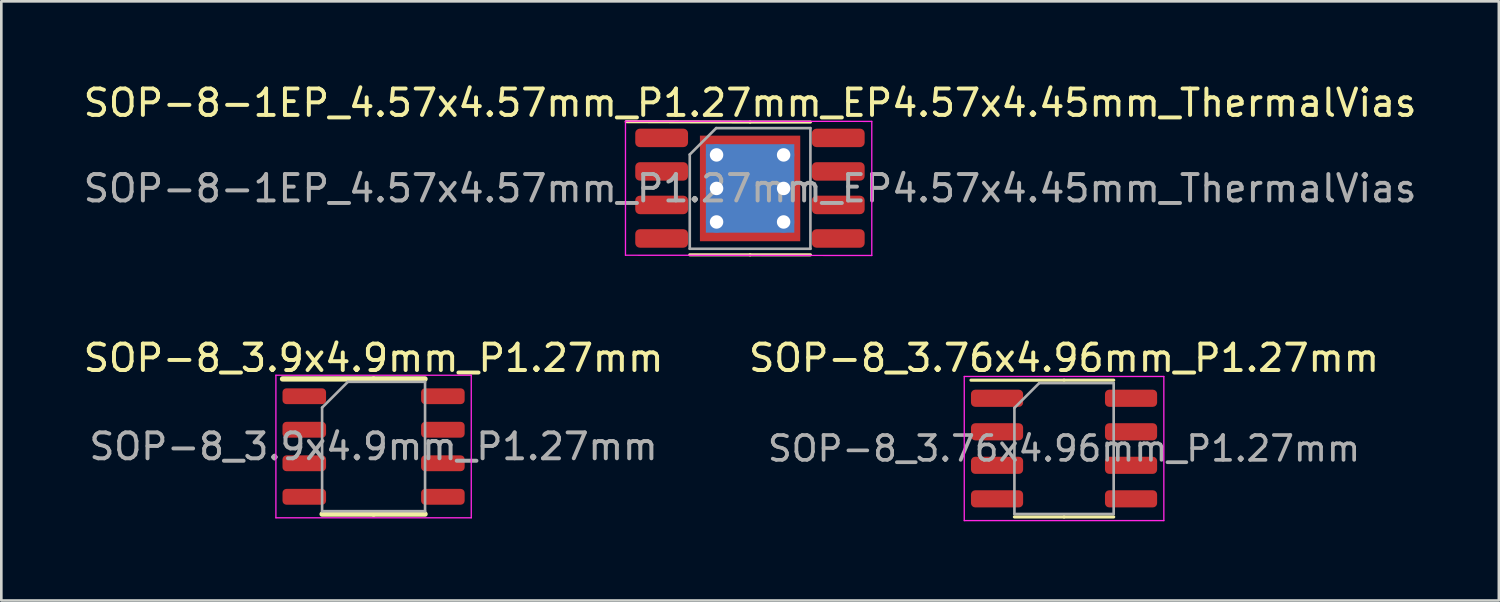
<source format=kicad_pcb>
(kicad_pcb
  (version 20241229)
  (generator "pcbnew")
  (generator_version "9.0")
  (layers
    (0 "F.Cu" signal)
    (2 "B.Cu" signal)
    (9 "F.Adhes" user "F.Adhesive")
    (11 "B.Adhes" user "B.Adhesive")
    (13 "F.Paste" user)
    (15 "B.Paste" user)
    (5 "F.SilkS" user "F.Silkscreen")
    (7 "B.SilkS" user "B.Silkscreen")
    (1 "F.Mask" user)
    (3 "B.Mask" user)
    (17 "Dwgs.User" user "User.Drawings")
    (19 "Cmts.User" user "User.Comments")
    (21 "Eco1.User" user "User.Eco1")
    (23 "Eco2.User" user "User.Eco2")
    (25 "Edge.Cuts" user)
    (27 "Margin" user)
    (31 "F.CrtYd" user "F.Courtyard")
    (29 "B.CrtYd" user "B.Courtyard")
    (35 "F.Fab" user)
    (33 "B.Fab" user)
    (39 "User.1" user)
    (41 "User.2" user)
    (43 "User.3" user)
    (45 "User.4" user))
  (footprint "SOP-8_3.9x4.9mm_P1.27mm"
    (layer "F.Cu")
    (at 11.101 13.864)
    (property "Reference" "SOP-8_3.9x4.9mm_P1.27mm" (at 0 -3.353 0) (layer "F.SilkS") (effects (font (size 1 1) (thickness 0.15))))
    (attr smd)
    (fp_line (start 0 -2.56) (end -3.45 -2.56) (stroke (width 0.2) (type solid)) (layer "F.SilkS"))
    (fp_line (start 0 -2.56) (end 1.95 -2.56) (stroke (width 0.2) (type solid)) (layer "F.SilkS"))
    (fp_line (start 0 2.56) (end -1.95 2.56) (stroke (width 0.2) (type solid)) (layer "F.SilkS"))
    (fp_line (start 0 2.56) (end 1.95 2.56) (stroke (width 0.2) (type solid)) (layer "F.SilkS"))
    (fp_line (start -3.7 -2.7) (end -3.7 2.7) (stroke (width 0.05) (type solid)) (layer "F.CrtYd"))
    (fp_line (start -3.7 2.7) (end 3.7 2.7) (stroke (width 0.05) (type solid)) (layer "F.CrtYd"))
    (fp_line (start 3.7 -2.7) (end -3.7 -2.7) (stroke (width 0.05) (type solid)) (layer "F.CrtYd"))
    (fp_line (start 3.7 2.7) (end 3.7 -2.7) (stroke (width 0.05) (type solid)) (layer "F.CrtYd"))
    (fp_line (start -1.95 -1.475) (end -0.975 -2.45) (stroke (width 0.1) (type solid)) (layer "F.Fab"))
    (fp_line (start -1.95 2.45) (end -1.95 -1.475) (stroke (width 0.1) (type solid)) (layer "F.Fab"))
    (fp_line (start -0.975 -2.45) (end 1.95 -2.45) (stroke (width 0.1) (type solid)) (layer "F.Fab"))
    (fp_line (start 1.95 -2.45) (end 1.95 2.45) (stroke (width 0.1) (type solid)) (layer "F.Fab"))
    (fp_line (start 1.95 2.45) (end -1.95 2.45) (stroke (width 0.1) (type solid)) (layer "F.Fab"))
    (fp_text user "${REFERENCE}" (at 0 0 0) (layer "F.Fab") (effects (font (size 0.98 0.98) (thickness 0.15))))
    (pad "1" smd roundrect (at -2.625 -1.905) (size 1.65 0.6) (layers "F.Cu" "F.Mask" "F.Paste") (roundrect_rratio 0.25))
    (pad "2" smd roundrect (at -2.625 -0.635) (size 1.65 0.6) (layers "F.Cu" "F.Mask" "F.Paste") (roundrect_rratio 0.25))
    (pad "3" smd roundrect (at -2.625 0.635) (size 1.65 0.6) (layers "F.Cu" "F.Mask" "F.Paste") (roundrect_rratio 0.25))
    (pad "4" smd roundrect (at -2.625 1.905) (size 1.65 0.6) (layers "F.Cu" "F.Mask" "F.Paste") (roundrect_rratio 0.25))
    (pad "5" smd roundrect (at 2.625 1.905) (size 1.65 0.6) (layers "F.Cu" "F.Mask" "F.Paste") (roundrect_rratio 0.25))
    (pad "6" smd roundrect (at 2.625 0.635) (size 1.65 0.6) (layers "F.Cu" "F.Mask" "F.Paste") (roundrect_rratio 0.25))
    (pad "7" smd roundrect (at 2.625 -0.635) (size 1.65 0.6) (layers "F.Cu" "F.Mask" "F.Paste") (roundrect_rratio 0.25))
    (pad "8" smd roundrect (at 2.625 -1.905) (size 1.65 0.6) (layers "F.Cu" "F.Mask" "F.Paste") (roundrect_rratio 0.25)))
  (footprint "SOP-8_3.76x4.96mm_P1.27mm"
    (layer "F.Cu")
    (at 37.256 13.941)
    (property "Reference" "SOP-8_3.76x4.96mm_P1.27mm" (at 0 -3.43 0) (layer "F.SilkS") (effects (font (size 1 1) (thickness 0.15))))
    (attr smd)
    (fp_line (start 0 -2.59) (end -3.525 -2.59) (stroke (width 0.12) (type solid)) (layer "F.SilkS"))
    (fp_line (start 0 -2.59) (end 1.88 -2.59) (stroke (width 0.12) (type solid)) (layer "F.SilkS"))
    (fp_line (start 0 2.59) (end -1.88 2.59) (stroke (width 0.12) (type solid)) (layer "F.SilkS"))
    (fp_line (start 0 2.59) (end 1.88 2.59) (stroke (width 0.12) (type solid)) (layer "F.SilkS"))
    (fp_line (start -3.78 -2.73) (end -3.78 2.73) (stroke (width 0.05) (type solid)) (layer "F.CrtYd"))
    (fp_line (start -3.78 2.73) (end 3.78 2.73) (stroke (width 0.05) (type solid)) (layer "F.CrtYd"))
    (fp_line (start 3.78 -2.73) (end -3.78 -2.73) (stroke (width 0.05) (type solid)) (layer "F.CrtYd"))
    (fp_line (start 3.78 2.73) (end 3.78 -2.73) (stroke (width 0.05) (type solid)) (layer "F.CrtYd"))
    (fp_line (start -1.88 -1.54) (end -0.94 -2.48) (stroke (width 0.1) (type solid)) (layer "F.Fab"))
    (fp_line (start -1.88 2.48) (end -1.88 -1.54) (stroke (width 0.1) (type solid)) (layer "F.Fab"))
    (fp_line (start -0.94 -2.48) (end 1.88 -2.48) (stroke (width 0.1) (type solid)) (layer "F.Fab"))
    (fp_line (start 1.88 -2.48) (end 1.88 2.48) (stroke (width 0.1) (type solid)) (layer "F.Fab"))
    (fp_line (start 1.88 2.48) (end -1.88 2.48) (stroke (width 0.1) (type solid)) (layer "F.Fab"))
    (fp_text user "${REFERENCE}" (at 0 0 0) (layer "F.Fab") (effects (font (size 0.94 0.94) (thickness 0.14))))
    (pad "1" smd roundrect (at -2.538 -1.905) (size 1.975 0.65) (layers "F.Cu" "F.Mask" "F.Paste") (roundrect_rratio 0.25))
    (pad "2" smd roundrect (at -2.538 -0.635) (size 1.975 0.65) (layers "F.Cu" "F.Mask" "F.Paste") (roundrect_rratio 0.25))
    (pad "3" smd roundrect (at -2.538 0.635) (size 1.975 0.65) (layers "F.Cu" "F.Mask" "F.Paste") (roundrect_rratio 0.25))
    (pad "4" smd roundrect (at -2.538 1.905) (size 1.975 0.65) (layers "F.Cu" "F.Mask" "F.Paste") (roundrect_rratio 0.25))
    (pad "5" smd roundrect (at 2.538 1.905) (size 1.975 0.65) (layers "F.Cu" "F.Mask" "F.Paste") (roundrect_rratio 0.25))
    (pad "6" smd roundrect (at 2.538 0.635) (size 1.975 0.65) (layers "F.Cu" "F.Mask" "F.Paste") (roundrect_rratio 0.25))
    (pad "7" smd roundrect (at 2.538 -0.635) (size 1.975 0.65) (layers "F.Cu" "F.Mask" "F.Paste") (roundrect_rratio 0.25))
    (pad "8" smd roundrect (at 2.538 -1.905) (size 1.975 0.65) (layers "F.Cu" "F.Mask" "F.Paste") (roundrect_rratio 0.25)))
  (footprint "SOP-8-1EP_4.57x4.57mm_P1.27mm_EP4.57x4.45mm_ThermalVias"
    (layer "F.Cu")
    (at 25.363 4.088)
    (property "Reference" "SOP-8-1EP_4.57x4.57mm_P1.27mm_EP4.57x4.45mm_ThermalVias" (at 0 -3.24 0) (layer "F.SilkS") (effects (font (size 1 1) (thickness 0.15))))
    (attr smd)
    (fp_line (start 0 -2.515) (end -4.69 -2.53) (stroke (width 0.12) (type solid)) (layer "F.SilkS"))
    (fp_line (start 0 -2.515) (end 2.285 -2.515) (stroke (width 0.12) (type solid)) (layer "F.SilkS"))
    (fp_line (start 0 2.515) (end -2.285 2.515) (stroke (width 0.12) (type solid)) (layer "F.SilkS"))
    (fp_line (start 0 2.515) (end 2.285 2.515) (stroke (width 0.12) (type solid)) (layer "F.SilkS"))
    (fp_line (start -4.72 -2.55) (end -4.72 2.53) (stroke (width 0.05) (type solid)) (layer "F.CrtYd"))
    (fp_line (start -4.72 2.53) (end 4.61 2.54) (stroke (width 0.05) (type solid)) (layer "F.CrtYd"))
    (fp_line (start 4.61 -2.54) (end -4.72 -2.55) (stroke (width 0.05) (type solid)) (layer "F.CrtYd"))
    (fp_line (start 4.61 2.54) (end 4.61 -2.54) (stroke (width 0.05) (type solid)) (layer "F.CrtYd"))
    (fp_line (start -2.285 -1.285) (end -1.285 -2.285) (stroke (width 0.1) (type solid)) (layer "F.Fab"))
    (fp_line (start -2.285 2.285) (end -2.285 -1.285) (stroke (width 0.1) (type solid)) (layer "F.Fab"))
    (fp_line (start -1.285 -2.285) (end 2.285 -2.285) (stroke (width 0.1) (type solid)) (layer "F.Fab"))
    (fp_line (start 2.285 -2.285) (end 2.285 2.285) (stroke (width 0.1) (type solid)) (layer "F.Fab"))
    (fp_line (start 2.285 2.285) (end -2.285 2.285) (stroke (width 0.1) (type solid)) (layer "F.Fab"))
    (fp_text user "${REFERENCE}" (at 0 0 0) (layer "F.Fab") (effects (font (size 1 1) (thickness 0.15))))
    (pad "" smd roundrect (at -1.14 -1.11) (size 1.91 1.86) (layers "F.Paste") (roundrect_rratio 0.134))
    (pad "" smd roundrect (at -1.14 1.11) (size 1.91 1.86) (layers "F.Paste") (roundrect_rratio 0.134))
    (pad "" smd roundrect (at 1.14 -1.11) (size 1.91 1.86) (layers "F.Paste") (roundrect_rratio 0.134))
    (pad "" smd roundrect (at 1.14 1.11) (size 1.91 1.86) (layers "F.Paste") (roundrect_rratio 0.134))
    (pad "1" smd roundrect (at -3.35 1.895) (size 2 0.7) (layers "F.Cu" "F.Mask" "F.Paste") (roundrect_rratio 0.25))
    (pad "2" smd roundrect (at -3.35 -1.915) (size 2 0.7) (layers "F.Cu" "F.Mask" "F.Paste") (roundrect_rratio 0.25))
    (pad "2" smd roundrect (at -3.35 -0.645) (size 2 0.7) (layers "F.Cu" "F.Mask" "F.Paste") (roundrect_rratio 0.25))
    (pad "2" smd roundrect (at -3.35 0.625) (size 2 0.7) (layers "F.Cu" "F.Mask" "F.Paste") (roundrect_rratio 0.25))
    (pad "3" smd roundrect (at 3.34 -1.915) (size 2 0.7) (layers "F.Cu" "F.Mask" "F.Paste") (roundrect_rratio 0.25))
    (pad "3" smd roundrect (at 3.34 -0.645) (size 2 0.7) (layers "F.Cu" "F.Mask" "F.Paste") (roundrect_rratio 0.25))
    (pad "3" smd roundrect (at 3.34 0.625) (size 2 0.7) (layers "F.Cu" "F.Mask" "F.Paste") (roundrect_rratio 0.25))
    (pad "3" smd roundrect (at 3.34 1.895) (size 2 0.7) (layers "F.Cu" "F.Mask" "F.Paste") (roundrect_rratio 0.25))
    (pad "9" thru_hole circle (at -1.27 -1.27) (size 0.81 0.81) (drill 0.51) (layers "*.Cu"))
    (pad "9" thru_hole circle (at -1.27 0) (size 0.81 0.81) (drill 0.51) (layers "*.Cu"))
    (pad "9" thru_hole circle (at -1.27 1.27) (size 0.81 0.81) (drill 0.51) (layers "*.Cu"))
    (pad "9" smd rect (at 0 0) (size 3.35 3.35) (layers "B.Cu"))
    (pad "9" smd rect (at 0 0) (size 3.8 4) (layers "F.Cu" "F.Mask"))
    (pad "9" thru_hole circle (at 1.27 -1.27) (size 0.81 0.81) (drill 0.51) (layers "*.Cu"))
    (pad "9" thru_hole circle (at 1.27 0) (size 0.81 0.81) (drill 0.51) (layers "*.Cu"))
    (pad "9" thru_hole circle (at 1.27 1.27) (size 0.81 0.81) (drill 0.51) (layers "*.Cu")))
  (gr_rect
    (start -3 -3)
    (end 53.726 19.697)
    (stroke (width 0.1) (type default))
    (fill no)
    (layer "Edge.Cuts")))
</source>
